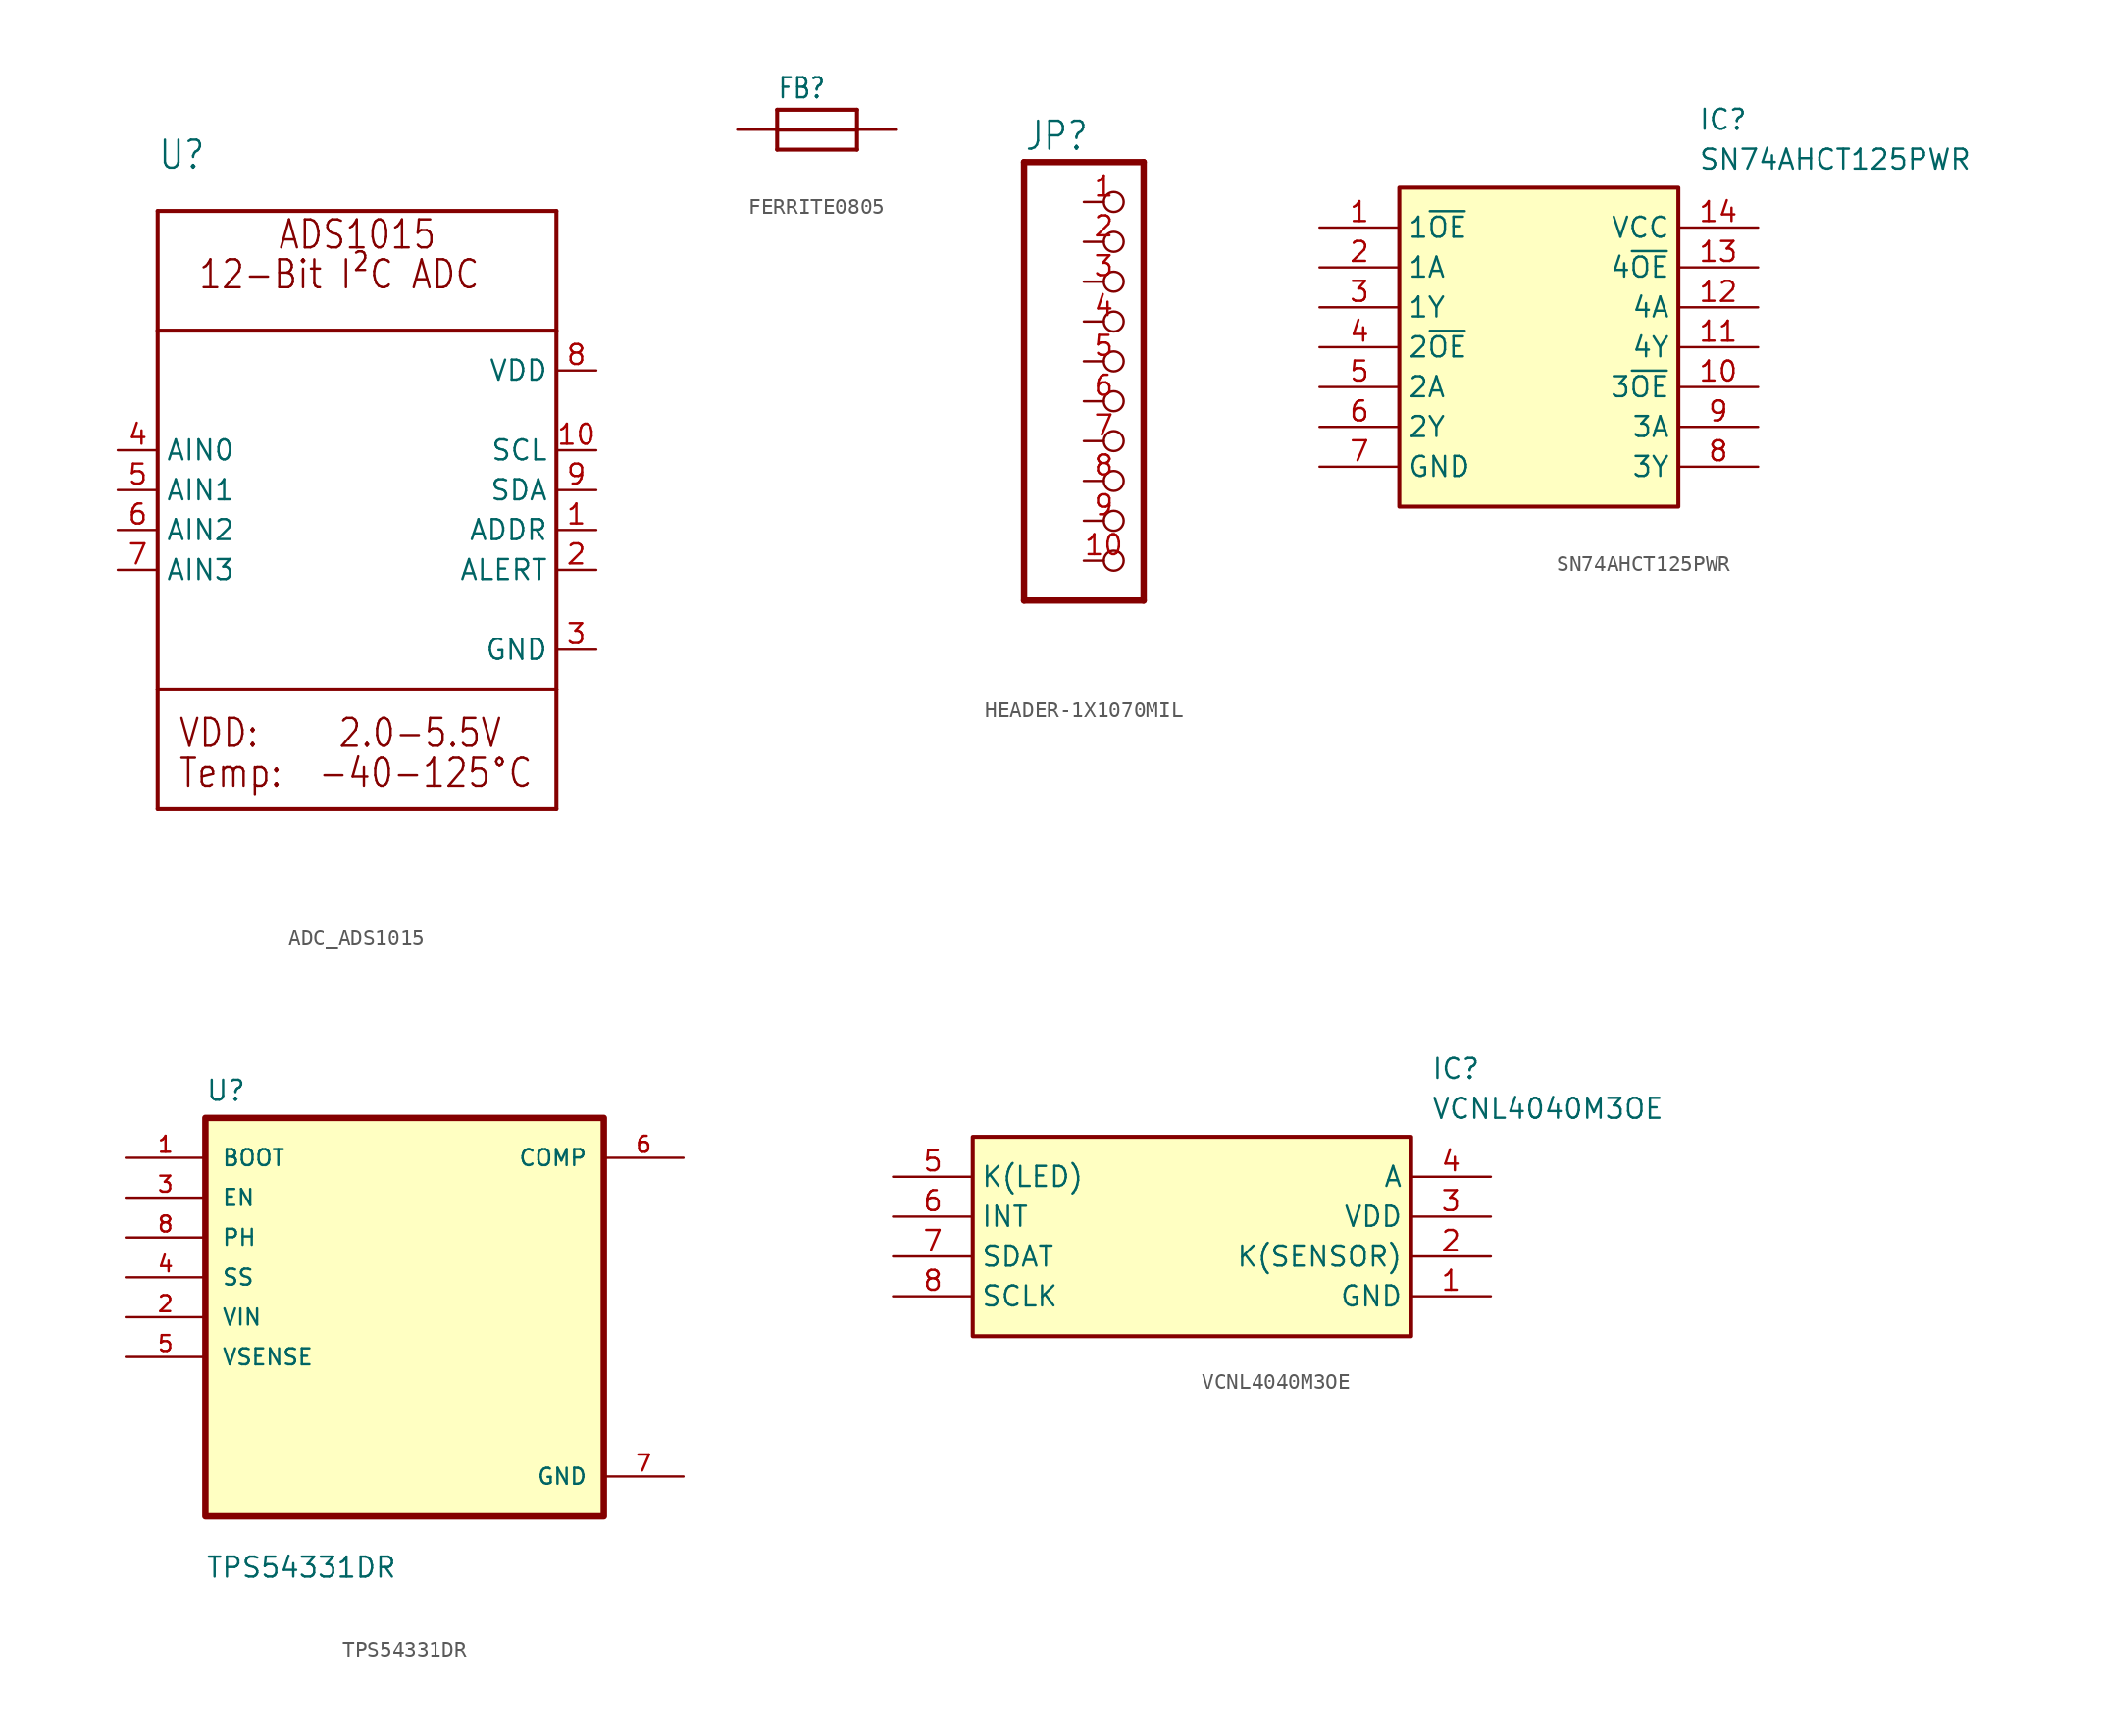
<source format=kicad_sym>
(kicad_symbol_lib
  (version 20241209)
  (generator "kicad_symbol_editor")
  (generator_version "9.0")
  (symbol "ADC_ADS1015"
    (property "Reference" "U"
      (at -12.7 20.32 0)
      (effects (font (size 1.778 1.511)) (justify left bottom)))
    (property "Value" ""
      (at -12.7 -22.86 0)
      (effects (font (size 1.778 1.511)) (justify left bottom)))
    (property "ki_locked" ""
      (at 0 0 0)
      (effects (font (size 1.27 1.27))))
    (symbol "ADC_ADS1015_1_0"
      (polyline (pts (xy -12.7 17.78) (xy -12.7 10.16)) (stroke (width 0.254) (type solid)) (fill (type none)))
      (polyline (pts (xy -12.7 17.78) (xy 12.7 17.78)) (stroke (width 0.254) (type solid)) (fill (type none)))
      (polyline (pts (xy -12.7 10.16) (xy 12.7 10.16)) (stroke (width 0.254) (type solid)) (fill (type none)))
      (polyline (pts (xy -12.7 -12.7) (xy -12.7 10.16)) (stroke (width 0.254) (type solid)) (fill (type none)))
      (polyline (pts (xy -12.7 -12.7) (xy -12.7 -20.32)) (stroke (width 0.254) (type solid)) (fill (type none)))
      (polyline (pts (xy 12.7 17.78) (xy 12.7 10.16)) (stroke (width 0.254) (type solid)) (fill (type none)))
      (polyline (pts (xy 12.7 10.16) (xy 12.7 -12.7)) (stroke (width 0.254) (type solid)) (fill (type none)))
      (polyline (pts (xy 12.7 -12.7) (xy -12.7 -12.7)) (stroke (width 0.254) (type solid)) (fill (type none)))
      (polyline (pts (xy 12.7 -12.7) (xy 12.7 -20.32)) (stroke (width 0.254) (type solid)) (fill (type none)))
      (polyline (pts (xy 12.7 -20.32) (xy -12.7 -20.32)) (stroke (width 0.254) (type solid)) (fill (type none)))
      (text "VDD:" (at -11.43 -16.51 0) (effects (font (size 1.778 1.511)) (justify left bottom)))
      (text "Temp:" (at -11.43 -19.05 0) (effects (font (size 1.778 1.511)) (justify left bottom)))
      (text "12-Bit I²C ADC" (at -10.16 12.7 0) (effects (font (size 1.778 1.511)) (justify left bottom)))
      (text "ADS1015" (at -5.08 15.24 0) (effects (font (size 1.778 1.511)) (justify left bottom)))
      (text "-40-125°C" (at -2.54 -19.05 0) (effects (font (size 1.778 1.511)) (justify left bottom)))
      (text "2.0-5.5V" (at -1.27 -16.51 0) (effects (font (size 1.778 1.511)) (justify left bottom)))
      (pin bidirectional line (at -15.24 2.54 0) (length 2.54) (name "AIN0" (effects (font (size 1.27 1.27)))) (number "4" (effects (font (size 1.27 1.27)))))
      (pin bidirectional line (at -15.24 0 0) (length 2.54) (name "AIN1" (effects (font (size 1.27 1.27)))) (number "5" (effects (font (size 1.27 1.27)))))
      (pin bidirectional line (at -15.24 -2.54 0) (length 2.54) (name "AIN2" (effects (font (size 1.27 1.27)))) (number "6" (effects (font (size 1.27 1.27)))))
      (pin bidirectional line (at -15.24 -5.08 0) (length 2.54) (name "AIN3" (effects (font (size 1.27 1.27)))) (number "7" (effects (font (size 1.27 1.27)))))
      (pin bidirectional line (at 15.24 7.62 180) (length 2.54) (name "VDD" (effects (font (size 1.27 1.27)))) (number "8" (effects (font (size 1.27 1.27)))))
      (pin bidirectional line (at 15.24 2.54 180) (length 2.54) (name "SCL" (effects (font (size 1.27 1.27)))) (number "10" (effects (font (size 1.27 1.27)))))
      (pin bidirectional line (at 15.24 0 180) (length 2.54) (name "SDA" (effects (font (size 1.27 1.27)))) (number "9" (effects (font (size 1.27 1.27)))))
      (pin bidirectional line (at 15.24 -2.54 180) (length 2.54) (name "ADDR" (effects (font (size 1.27 1.27)))) (number "1" (effects (font (size 1.27 1.27)))))
      (pin bidirectional line (at 15.24 -5.08 180) (length 2.54) (name "ALERT" (effects (font (size 1.27 1.27)))) (number "2" (effects (font (size 1.27 1.27)))))
      (pin bidirectional line (at 15.24 -10.16 180) (length 2.54) (name "GND" (effects (font (size 1.27 1.27)))) (number "3" (effects (font (size 1.27 1.27)))))))
  (symbol "FERRITE0805"
    (property "Reference" "FB"
      (at -2.54 1.905 0)
      (effects (font (size 1.27 1.079)) (justify left bottom)))
    (property "Value" ""
      (at -2.54 -3.175 0)
      (effects (font (size 1.27 1.079)) (justify left bottom)))
    (property "ki_locked" ""
      (at 0 0 0)
      (effects (font (size 1.27 1.27))))
    (symbol "FERRITE0805_1_0"
      (polyline (pts (xy -2.54 1.27) (xy 2.54 1.27)) (stroke (width 0.254) (type solid)) (fill (type none)))
      (polyline (pts (xy -2.54 0) (xy -2.54 1.27)) (stroke (width 0.254) (type solid)) (fill (type none)))
      (polyline (pts (xy -2.54 0) (xy 2.54 0)) (stroke (width 0.254) (type solid)) (fill (type none)))
      (polyline (pts (xy -2.54 -1.27) (xy -2.54 0)) (stroke (width 0.254) (type solid)) (fill (type none)))
      (polyline (pts (xy 2.54 1.27) (xy 2.54 0)) (stroke (width 0.254) (type solid)) (fill (type none)))
      (polyline (pts (xy 2.54 0) (xy 2.54 -1.27)) (stroke (width 0.254) (type solid)) (fill (type none)))
      (polyline (pts (xy 2.54 -1.27) (xy -2.54 -1.27)) (stroke (width 0.254) (type solid)) (fill (type none)))
      (pin bidirectional line (at -5.08 0 0) (length 2.54) (name "P$1" (effects (font (size 0 0)))) (number "1" (effects (font (size 0 0)))))
      (pin bidirectional line (at 5.08 0 180) (length 2.54) (name "P$2" (effects (font (size 0 0)))) (number "2" (effects (font (size 0 0)))))))
  (symbol "HEADER-1X1070MIL"
    (property "Reference" "JP"
      (at -6.35 13.335 0)
      (effects (font (size 1.778 1.511)) (justify left bottom)))
    (property "Value" ""
      (at -6.35 -17.78 0)
      (effects (font (size 1.778 1.511)) (justify left bottom)))
    (property "ki_locked" ""
      (at 0 0 0)
      (effects (font (size 1.27 1.27))))
    (symbol "HEADER-1X1070MIL_1_0"
      (polyline (pts (xy -6.35 12.7) (xy -6.35 -15.24)) (stroke (width 0.406) (type solid)) (fill (type none)))
      (polyline (pts (xy -6.35 -15.24) (xy 1.27 -15.24)) (stroke (width 0.406) (type solid)) (fill (type none)))
      (polyline (pts (xy 1.27 12.7) (xy -6.35 12.7)) (stroke (width 0.406) (type solid)) (fill (type none)))
      (polyline (pts (xy 1.27 -15.24) (xy 1.27 12.7)) (stroke (width 0.406) (type solid)) (fill (type none)))
      (pin passive inverted (at -2.54 10.16 0) (length 2.54) (name "1" (effects (font (size 0 0)))) (number "1" (effects (font (size 1.27 1.27)))))
      (pin passive inverted (at -2.54 7.62 0) (length 2.54) (name "2" (effects (font (size 0 0)))) (number "2" (effects (font (size 1.27 1.27)))))
      (pin passive inverted (at -2.54 5.08 0) (length 2.54) (name "3" (effects (font (size 0 0)))) (number "3" (effects (font (size 1.27 1.27)))))
      (pin passive inverted (at -2.54 2.54 0) (length 2.54) (name "4" (effects (font (size 0 0)))) (number "4" (effects (font (size 1.27 1.27)))))
      (pin passive inverted (at -2.54 0 0) (length 2.54) (name "5" (effects (font (size 0 0)))) (number "5" (effects (font (size 1.27 1.27)))))
      (pin passive inverted (at -2.54 -2.54 0) (length 2.54) (name "6" (effects (font (size 0 0)))) (number "6" (effects (font (size 1.27 1.27)))))
      (pin passive inverted (at -2.54 -5.08 0) (length 2.54) (name "7" (effects (font (size 0 0)))) (number "7" (effects (font (size 1.27 1.27)))))
      (pin passive inverted (at -2.54 -7.62 0) (length 2.54) (name "8" (effects (font (size 0 0)))) (number "8" (effects (font (size 1.27 1.27)))))
      (pin passive inverted (at -2.54 -10.16 0) (length 2.54) (name "9" (effects (font (size 0 0)))) (number "9" (effects (font (size 1.27 1.27)))))
      (pin passive inverted (at -2.54 -12.7 0) (length 2.54) (name "10" (effects (font (size 0 0)))) (number "10" (effects (font (size 1.27 1.27)))))))
  (symbol "SN74AHCT125PWR"
    (property "Reference" "IC"
      (at 24.13 7.62 0)
      (effects (font (size 1.27 1.27)) (justify left top)))
    (property "Value" "SN74AHCT125PWR"
      (at 24.13 5.08 0)
      (effects (font (size 1.27 1.27)) (justify left top)))
    (symbol "SN74AHCT125PWR_1_1"
      (rectangle (start 5.08 2.54) (end 22.86 -17.78) (stroke (width 0.254) (type default)) (fill (type background)))
      (pin passive line (at 0 0 0) (length 5.08) (name "1~{OE}" (effects (font (size 1.27 1.27)))) (number "1" (effects (font (size 1.27 1.27)))))
      (pin passive line (at 0 -2.54 0) (length 5.08) (name "1A" (effects (font (size 1.27 1.27)))) (number "2" (effects (font (size 1.27 1.27)))))
      (pin passive line (at 0 -5.08 0) (length 5.08) (name "1Y" (effects (font (size 1.27 1.27)))) (number "3" (effects (font (size 1.27 1.27)))))
      (pin passive line (at 0 -7.62 0) (length 5.08) (name "2~{OE}" (effects (font (size 1.27 1.27)))) (number "4" (effects (font (size 1.27 1.27)))))
      (pin passive line (at 0 -10.16 0) (length 5.08) (name "2A" (effects (font (size 1.27 1.27)))) (number "5" (effects (font (size 1.27 1.27)))))
      (pin passive line (at 0 -12.7 0) (length 5.08) (name "2Y" (effects (font (size 1.27 1.27)))) (number "6" (effects (font (size 1.27 1.27)))))
      (pin passive line (at 0 -15.24 0) (length 5.08) (name "GND" (effects (font (size 1.27 1.27)))) (number "7" (effects (font (size 1.27 1.27)))))
      (pin passive line (at 27.94 0 180) (length 5.08) (name "VCC" (effects (font (size 1.27 1.27)))) (number "14" (effects (font (size 1.27 1.27)))))
      (pin passive line (at 27.94 -2.54 180) (length 5.08) (name "4~{OE}" (effects (font (size 1.27 1.27)))) (number "13" (effects (font (size 1.27 1.27)))))
      (pin passive line (at 27.94 -5.08 180) (length 5.08) (name "4A" (effects (font (size 1.27 1.27)))) (number "12" (effects (font (size 1.27 1.27)))))
      (pin passive line (at 27.94 -7.62 180) (length 5.08) (name "4Y" (effects (font (size 1.27 1.27)))) (number "11" (effects (font (size 1.27 1.27)))))
      (pin passive line (at 27.94 -10.16 180) (length 5.08) (name "3~{OE}" (effects (font (size 1.27 1.27)))) (number "10" (effects (font (size 1.27 1.27)))))
      (pin passive line (at 27.94 -12.7 180) (length 5.08) (name "3A" (effects (font (size 1.27 1.27)))) (number "9" (effects (font (size 1.27 1.27)))))
      (pin passive line (at 27.94 -15.24 180) (length 5.08) (name "3Y" (effects (font (size 1.27 1.27)))) (number "8" (effects (font (size 1.27 1.27)))))))
  (symbol "TPS54331DR"
    (pin_names
      (offset 1.016))
    (property "Reference" "U"
      (at -12.7 13.7 0)
      (effects (font (size 1.27 1.27)) (justify left bottom)))
    (property "Value" "TPS54331DR"
      (at -12.7 -16.7 0)
      (effects (font (size 1.27 1.27)) (justify left bottom)))
    (symbol "TPS54331DR_0_0"
      (rectangle (start -12.7 -12.7) (end 12.7 12.7) (stroke (width 0.41) (type default)) (fill (type background)))
      (pin input line (at -17.78 10.16 0) (length 5.08) (name "BOOT" (effects (font (size 1.016 1.016)))) (number "1" (effects (font (size 1.016 1.016)))))
      (pin input line (at -17.78 7.62 0) (length 5.08) (name "EN" (effects (font (size 1.016 1.016)))) (number "3" (effects (font (size 1.016 1.016)))))
      (pin input line (at -17.78 5.08 0) (length 5.08) (name "PH" (effects (font (size 1.016 1.016)))) (number "8" (effects (font (size 1.016 1.016)))))
      (pin input line (at -17.78 2.54 0) (length 5.08) (name "SS" (effects (font (size 1.016 1.016)))) (number "4" (effects (font (size 1.016 1.016)))))
      (pin input line (at -17.78 0 0) (length 5.08) (name "VIN" (effects (font (size 1.016 1.016)))) (number "2" (effects (font (size 1.016 1.016)))))
      (pin input line (at -17.78 -2.54 0) (length 5.08) (name "VSENSE" (effects (font (size 1.016 1.016)))) (number "5" (effects (font (size 1.016 1.016)))))
      (pin output line (at 17.78 10.16 180) (length 5.08) (name "COMP" (effects (font (size 1.016 1.016)))) (number "6" (effects (font (size 1.016 1.016)))))
      (pin power_in line (at 17.78 -10.16 180) (length 5.08) (name "GND" (effects (font (size 1.016 1.016)))) (number "7" (effects (font (size 1.016 1.016)))))))
  (symbol "VCNL4040M3OE"
    (property "Reference" "IC"
      (at 34.29 7.62 0)
      (effects (font (size 1.27 1.27)) (justify left top)))
    (property "Value" "VCNL4040M3OE"
      (at 34.29 5.08 0)
      (effects (font (size 1.27 1.27)) (justify left top)))
    (symbol "VCNL4040M3OE_1_1"
      (rectangle (start 5.08 2.54) (end 33.02 -10.16) (stroke (width 0.254) (type default)) (fill (type background)))
      (pin passive line (at 0 0 0) (length 5.08) (name "K(LED)" (effects (font (size 1.27 1.27)))) (number "5" (effects (font (size 1.27 1.27)))))
      (pin passive line (at 0 -2.54 0) (length 5.08) (name "INT" (effects (font (size 1.27 1.27)))) (number "6" (effects (font (size 1.27 1.27)))))
      (pin passive line (at 0 -5.08 0) (length 5.08) (name "SDAT" (effects (font (size 1.27 1.27)))) (number "7" (effects (font (size 1.27 1.27)))))
      (pin passive line (at 0 -7.62 0) (length 5.08) (name "SCLK" (effects (font (size 1.27 1.27)))) (number "8" (effects (font (size 1.27 1.27)))))
      (pin passive line (at 38.1 0 180) (length 5.08) (name "A" (effects (font (size 1.27 1.27)))) (number "4" (effects (font (size 1.27 1.27)))))
      (pin passive line (at 38.1 -2.54 180) (length 5.08) (name "VDD" (effects (font (size 1.27 1.27)))) (number "3" (effects (font (size 1.27 1.27)))))
      (pin passive line (at 38.1 -5.08 180) (length 5.08) (name "K(SENSOR)" (effects (font (size 1.27 1.27)))) (number "2" (effects (font (size 1.27 1.27)))))
      (pin passive line (at 38.1 -7.62 180) (length 5.08) (name "GND" (effects (font (size 1.27 1.27)))) (number "1" (effects (font (size 1.27 1.27))))))))
</source>
